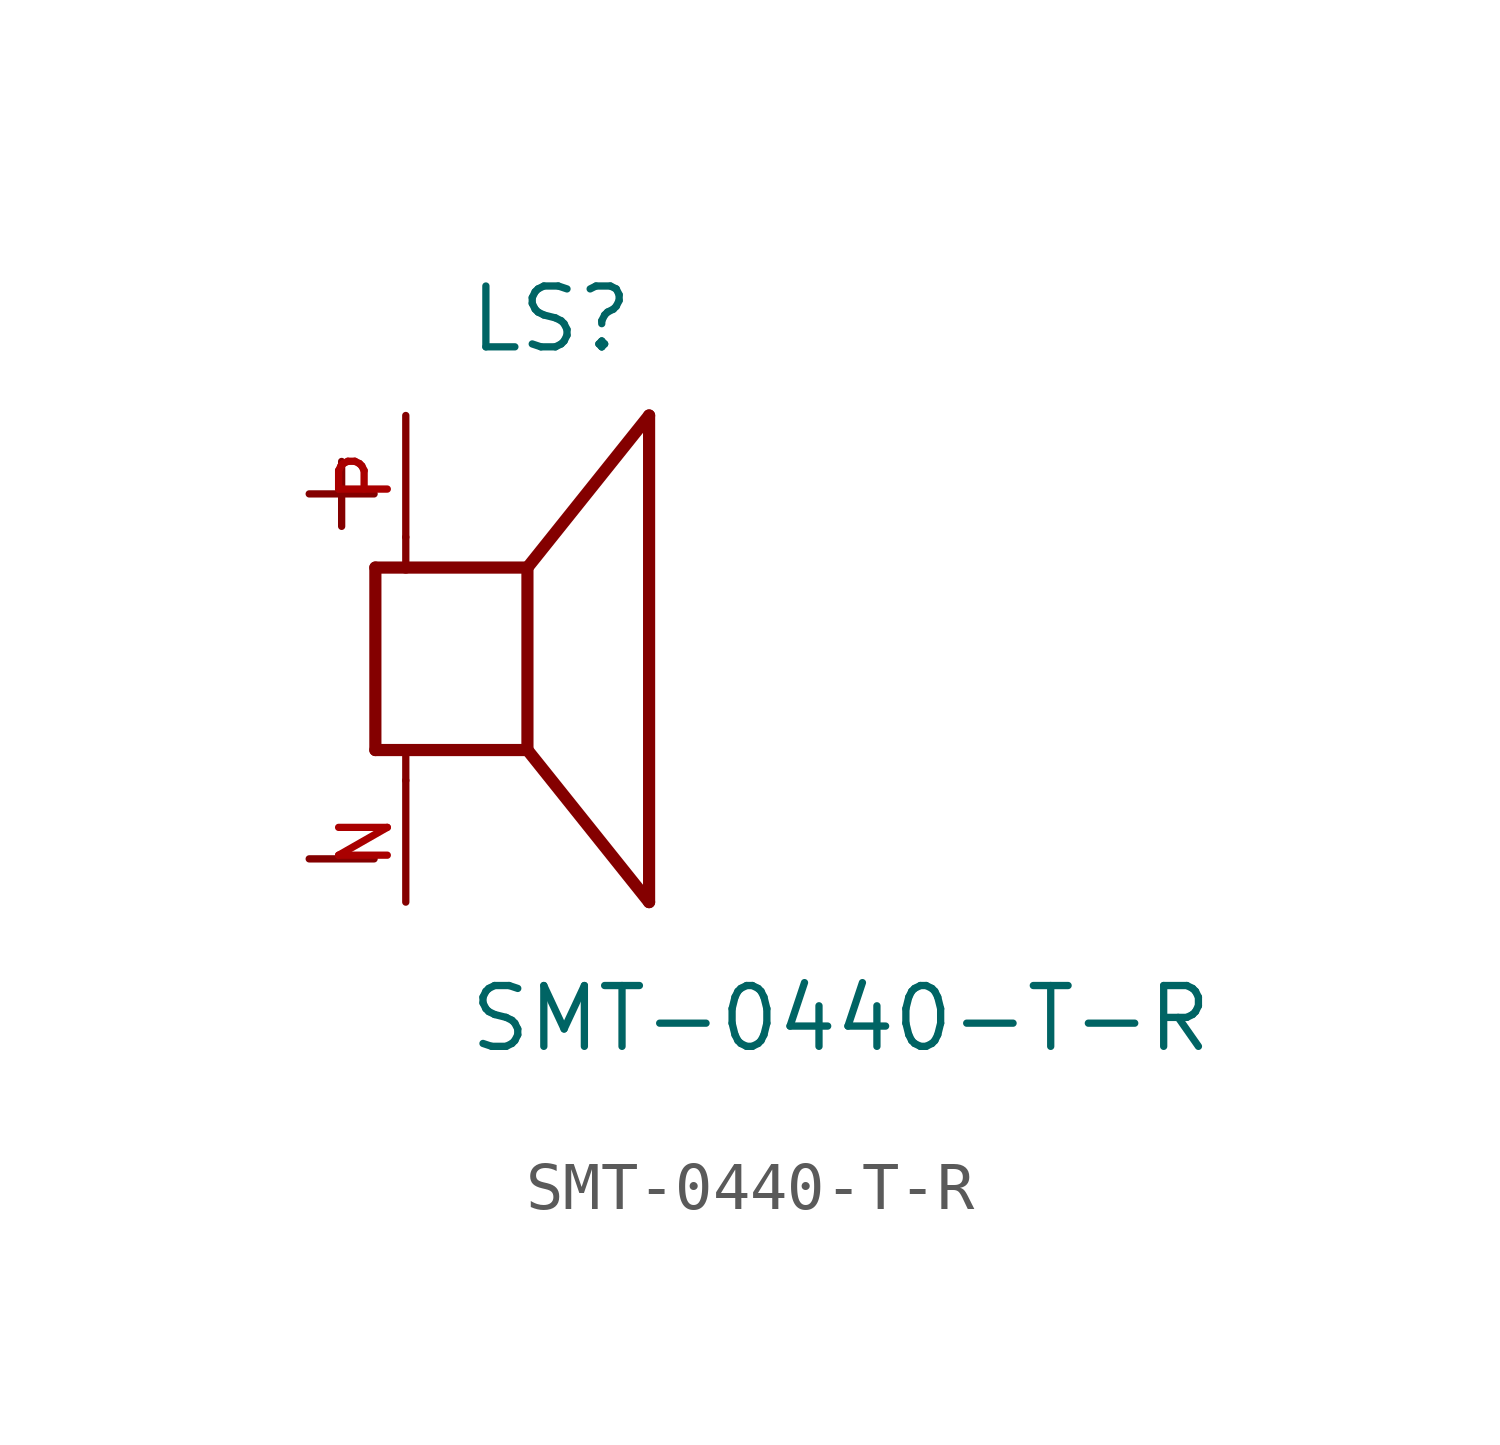
<source format=kicad_sym>
(kicad_symbol_lib
  (version 20211014)
  (generator kicad_symbol_editor)
  (symbol "SMT-0440-T-R"
    (pin_names
      (offset 1.016))
    (property "Reference" "LS"
      (at -1.27 6.35 0)
      (effects (font (size 1.27 1.27)) (justify bottom left)))
    (property "Value" "SMT-0440-T-R"
      (at -1.27 -8.255 0)
      (effects (font (size 1.27 1.27)) (justify bottom left)))
    (symbol "SMT-0440-T-R_0_0"
      (polyline (pts (xy -3.175 1.905) (xy -3.175 -1.905)) (stroke (width 0.254)))
      (polyline (pts (xy -3.175 -1.905) (xy -2.54 -1.905)) (stroke (width 0.254)))
      (polyline (pts (xy 0.0 -1.905) (xy 0.0 1.905)) (stroke (width 0.254)))
      (polyline (pts (xy -3.175 1.905) (xy -2.54 1.905)) (stroke (width 0.254)))
      (polyline (pts (xy 0.0 -1.905) (xy 2.54 -5.08)) (stroke (width 0.254)))
      (polyline (pts (xy 2.54 -5.08) (xy 2.54 5.08)) (stroke (width 0.254)))
      (polyline (pts (xy 0.0 1.905) (xy 2.54 5.08)) (stroke (width 0.254)))
      (polyline (pts (xy -2.54 -2.54) (xy -2.54 -1.905)) (stroke (width 0.152)))
      (polyline (pts (xy -2.54 -1.905) (xy 0.0 -1.905)) (stroke (width 0.254)))
      (polyline (pts (xy -2.54 2.54) (xy -2.54 1.905)) (stroke (width 0.152)))
      (polyline (pts (xy -2.54 1.905) (xy 0.0 1.905)) (stroke (width 0.254)))
      (text "+" (at -5.08 2.54 0) (effects (font (size 1.778 1.778)) (justify bottom left)))
      (text "-" (at -5.08 -5.08 0) (effects (font (size 1.778 1.778)) (justify bottom left)))
      (pin passive line (at -2.54 -5.08 90.0) (length 2.54) (name "~" (effects (font (size 1.016 1.016)))) (number "N" (effects (font (size 1.016 1.016)))))
      (pin passive line (at -2.54 5.08 270.0) (length 2.54) (name "~" (effects (font (size 1.016 1.016)))) (number "P" (effects (font (size 1.016 1.016))))))))
</source>
